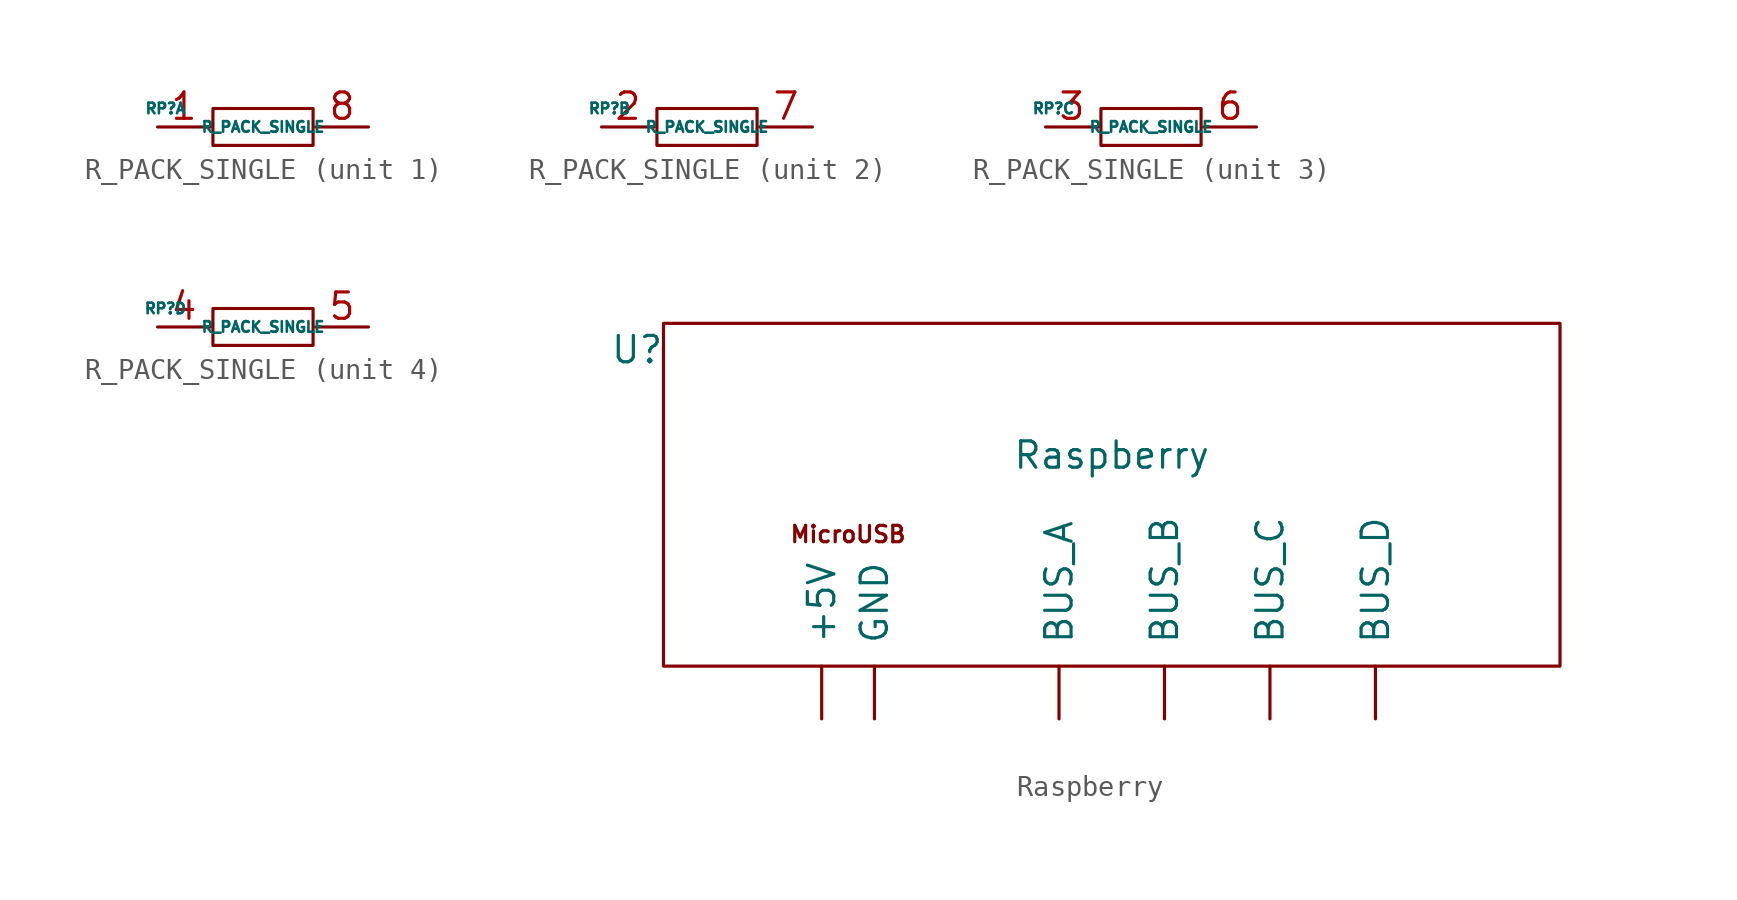
<source format=kicad_sym>
(kicad_symbol_lib
  (version 20211014)
  (generator kicad_symbol_editor)
  (symbol "R_PACK_SINGLE"
    (pin_names
      (offset 1.016))
    (property "Reference" "RP"
      (at -4.699 0.889 0)
      (effects (font (size 0.508 0.508))))
    (property "Value" "R_PACK_SINGLE"
      (at 0 0 0)
      (effects (font (size 0.508 0.508))))
    (property "Footprint" ""
      (at 0 0 0)
      (effects (font (size 1.524 1.524))))
    (property "Datasheet" ""
      (at 0 0 0)
      (effects (font (size 1.524 1.524))))
    (symbol "R_PACK_SINGLE_0_1"
      (rectangle (start -2.413 0.889) (end 2.413 -0.889) (stroke (width 0) (type default) (color 0 0 0 0)) (fill (type none))))
    (symbol "R_PACK_SINGLE_1_1"
      (pin passive line (at -5.08 0 0) (length 2.54) (name "~" (effects (font (size 1.27 1.27)))) (number "1" (effects (font (size 1.27 1.27)))))
      (pin passive line (at 5.08 0 180) (length 2.54) (name "~" (effects (font (size 1.27 1.27)))) (number "8" (effects (font (size 1.27 1.27))))))
    (symbol "R_PACK_SINGLE_2_1"
      (pin passive line (at -5.08 0 0) (length 2.54) (name "~" (effects (font (size 1.27 1.27)))) (number "2" (effects (font (size 1.27 1.27)))))
      (pin passive line (at 5.08 0 180) (length 2.54) (name "~" (effects (font (size 1.27 1.27)))) (number "7" (effects (font (size 1.27 1.27))))))
    (symbol "R_PACK_SINGLE_3_1"
      (pin passive line (at -5.08 0 0) (length 2.54) (name "~" (effects (font (size 1.27 1.27)))) (number "3" (effects (font (size 1.27 1.27)))))
      (pin passive line (at 5.08 0 180) (length 2.54) (name "~" (effects (font (size 1.27 1.27)))) (number "6" (effects (font (size 1.27 1.27))))))
    (symbol "R_PACK_SINGLE_4_1"
      (pin passive line (at -5.08 0 0) (length 2.54) (name "~" (effects (font (size 1.27 1.27)))) (number "4" (effects (font (size 1.27 1.27)))))
      (pin passive line (at 5.08 0 180) (length 2.54) (name "~" (effects (font (size 1.27 1.27)))) (number "5" (effects (font (size 1.27 1.27)))))))
  (symbol "Raspberry"
    (pin_names
      (offset 1.016))
    (property "Reference" "U"
      (at -22.86 13.97 0)
      (effects (font (size 1.27 1.27))))
    (property "Value" "Raspberry"
      (at 0 8.89 0)
      (effects (font (size 1.27 1.27))))
    (symbol "Raspberry_0_0"
      (rectangle (start -21.59 15.24) (end 21.59 -1.27) (stroke (width 0) (type default) (color 0 0 0 0)) (fill (type none)))
      (text "MicroUSB" (at -12.7 5.08 0) (effects (font (size 0.787 0.787)))))
    (symbol "Raspberry_1_1"
      (pin output line (at -13.97 -3.81 90) (length 2.54) (name "+5V" (effects (font (size 1.27 1.27)))) (number "~" (effects (font (size 1.27 1.27)))))
      (pin output line (at -2.54 -3.81 90) (length 2.54) (name "BUS_A" (effects (font (size 1.27 1.27)))) (number "~" (effects (font (size 1.27 1.27)))))
      (pin output line (at 2.54 -3.81 90) (length 2.54) (name "BUS_B" (effects (font (size 1.27 1.27)))) (number "~" (effects (font (size 1.27 1.27)))))
      (pin output line (at 7.62 -3.81 90) (length 2.54) (name "BUS_C" (effects (font (size 1.27 1.27)))) (number "~" (effects (font (size 1.27 1.27)))))
      (pin output line (at 12.7 -3.81 90) (length 2.54) (name "BUS_D" (effects (font (size 1.27 1.27)))) (number "~" (effects (font (size 1.27 1.27)))))
      (pin output line (at -11.43 -3.81 90) (length 2.54) (name "GND" (effects (font (size 1.27 1.27)))) (number "~" (effects (font (size 1.27 1.27))))))))
</source>
